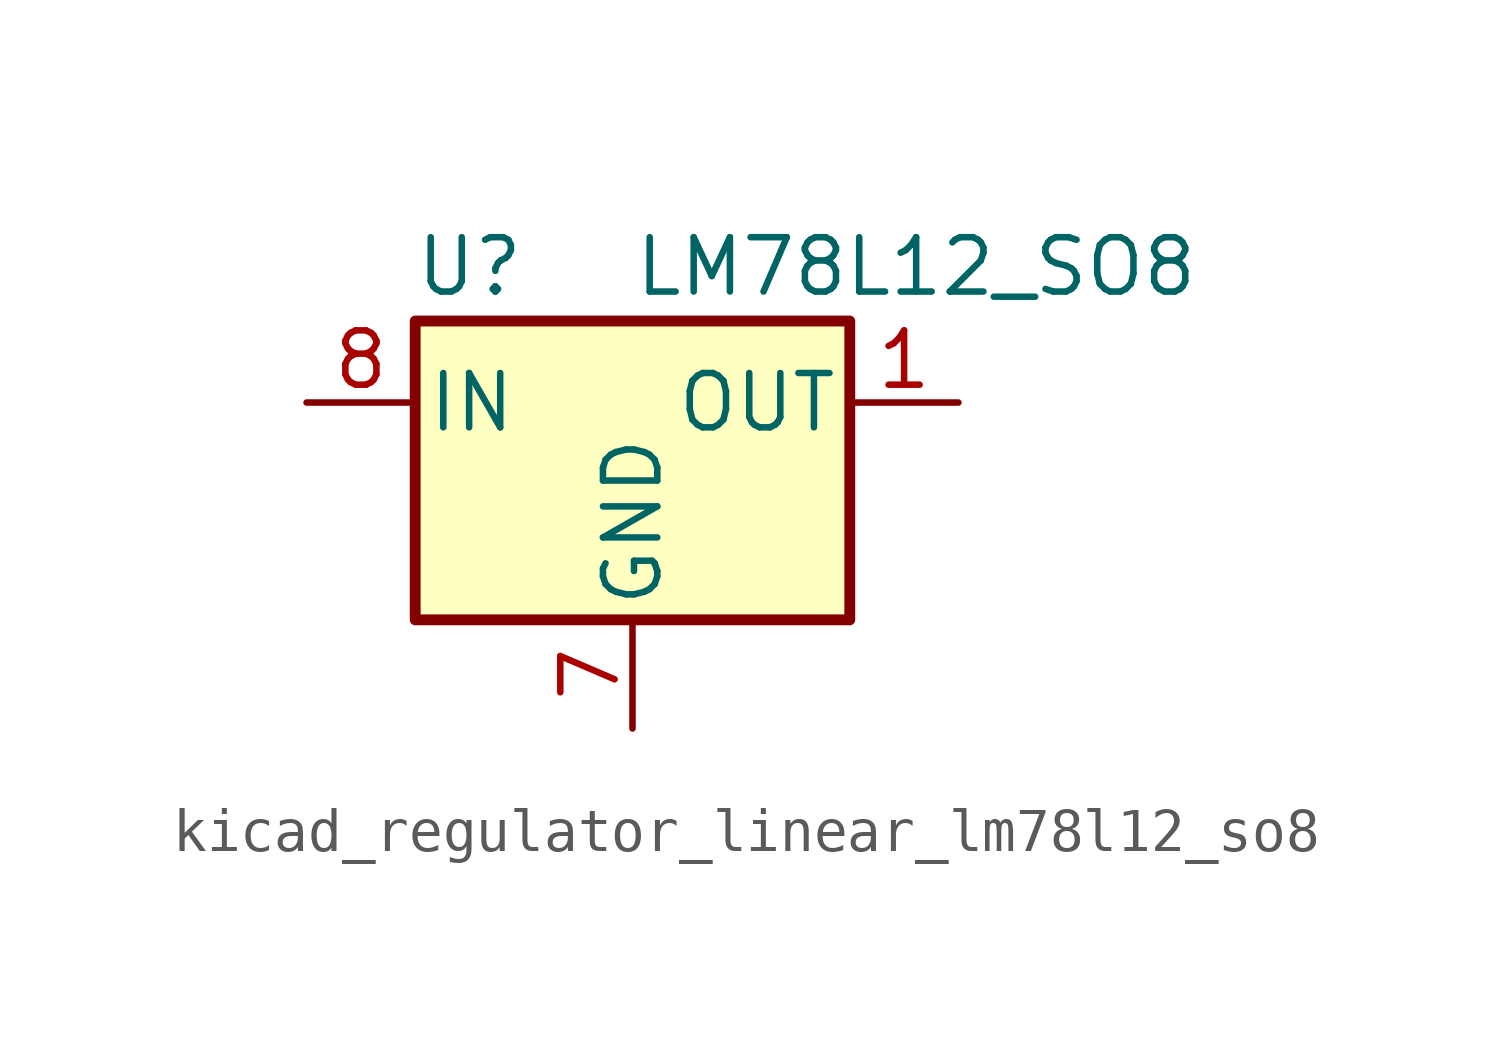
<source format=kicad_sym>
(kicad_symbol_lib
  (version 20220914)
  (generator kicad_symbol_editor)
  (symbol "kicad_regulator_linear_lm78l12_so8"
    (pin_names
      (offset 0.254))
    (property "Reference" "U"
      (at -3.81 3.175 0)
      (effects (font (size 1.27 1.27))))
    (property "Value" "LM78L12_SO8"
      (at 0 3.175 0)
      (effects (font (size 1.27 1.27)) (justify left)))
    (symbol "kicad_regulator_linear_lm78l12_so8_0_1"
      (rectangle (start -5.08 1.905) (end 5.08 -5.08) (stroke (width 0.254) (type default)) (fill (type background))))
    (symbol "kicad_regulator_linear_lm78l12_so8_1_1"
      (pin power_out line (at 7.62 0 180) (length 2.54) (name "OUT" (effects (font (size 1.27 1.27)))) (number "1" (effects (font (size 1.27 1.27)))))
      (pin passive line (at 0 -7.62 90) (length 2.54) hide (name "GND" (effects (font (size 1.27 1.27)))) (number "2" (effects (font (size 1.27 1.27)))))
      (pin passive line (at 0 -7.62 90) (length 2.54) hide (name "GND" (effects (font (size 1.27 1.27)))) (number "3" (effects (font (size 1.27 1.27)))))
      (pin no_connect line (at -5.08 -2.54 0) (length 2.54) hide (name "NC" (effects (font (size 1.27 1.27)))) (number "4" (effects (font (size 1.27 1.27)))))
      (pin no_connect line (at 5.08 -2.54 180) (length 2.54) hide (name "NC" (effects (font (size 1.27 1.27)))) (number "5" (effects (font (size 1.27 1.27)))))
      (pin passive line (at 0 -7.62 90) (length 2.54) hide (name "GND" (effects (font (size 1.27 1.27)))) (number "6" (effects (font (size 1.27 1.27)))))
      (pin power_in line (at 0 -7.62 90) (length 2.54) (name "GND" (effects (font (size 1.27 1.27)))) (number "7" (effects (font (size 1.27 1.27)))))
      (pin power_in line (at -7.62 0 0) (length 2.54) (name "IN" (effects (font (size 1.27 1.27)))) (number "8" (effects (font (size 1.27 1.27))))))))
</source>
